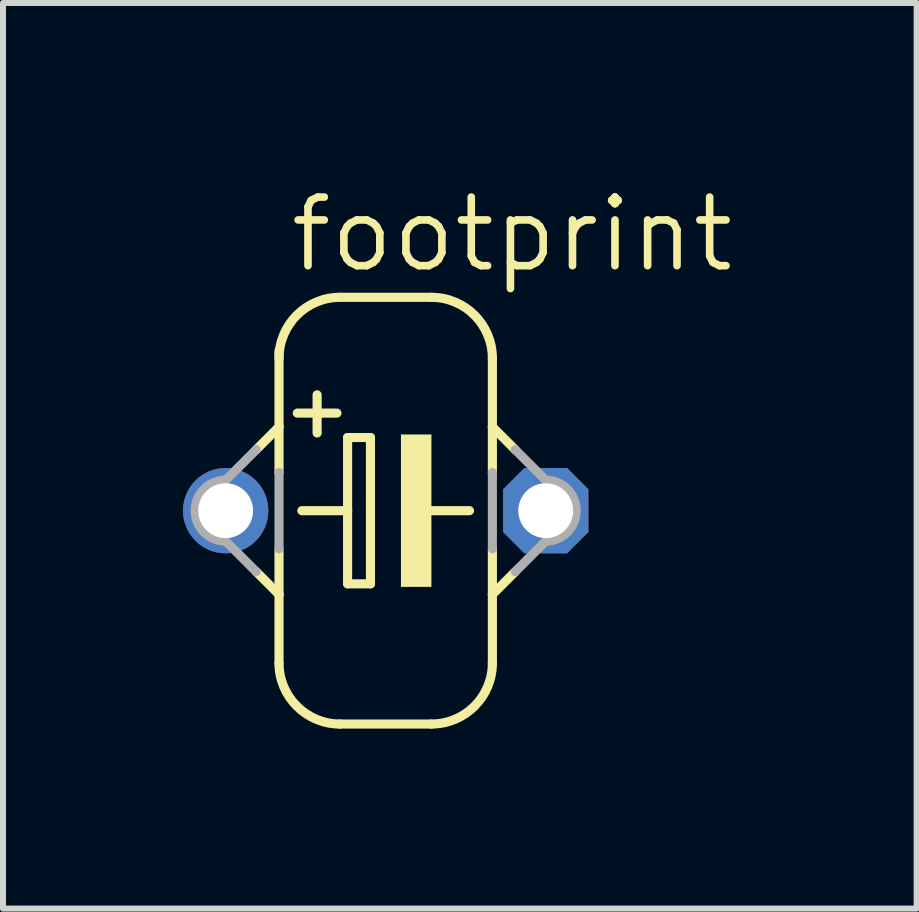
<source format=kicad_pcb>
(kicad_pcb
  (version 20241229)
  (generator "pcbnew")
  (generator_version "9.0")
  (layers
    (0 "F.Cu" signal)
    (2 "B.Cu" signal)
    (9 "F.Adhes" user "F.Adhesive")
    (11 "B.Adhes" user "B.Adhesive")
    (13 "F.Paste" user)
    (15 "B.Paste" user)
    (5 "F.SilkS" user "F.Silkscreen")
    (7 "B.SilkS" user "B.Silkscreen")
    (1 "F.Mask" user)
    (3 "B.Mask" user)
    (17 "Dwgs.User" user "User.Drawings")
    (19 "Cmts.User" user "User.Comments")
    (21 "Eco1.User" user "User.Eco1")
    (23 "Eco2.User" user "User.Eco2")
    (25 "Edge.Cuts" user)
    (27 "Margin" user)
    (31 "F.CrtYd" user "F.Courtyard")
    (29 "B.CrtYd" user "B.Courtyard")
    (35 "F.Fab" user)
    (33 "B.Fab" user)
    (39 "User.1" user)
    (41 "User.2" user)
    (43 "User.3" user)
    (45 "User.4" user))
  (footprint "footprint"
    (layer "F.Cu")
    (at 3.378 5.461)
    (property "Reference" "footprint" (at -1.651 -3.937 0) (layer "F.SilkS") (effects (font (size 1.143 1.143) (thickness 0.127)) (justify left bottom)))
    (fp_line (start -2.159 -1.016) (end -1.778 -1.397) (stroke (width 0.152) (type solid)) (layer "F.SilkS"))
    (fp_line (start -1.778 -2.667) (end -1.778 -1.397) (stroke (width 0.152) (type solid)) (layer "F.SilkS"))
    (fp_line (start -1.778 -1.397) (end -1.778 -0.635) (stroke (width 0.152) (type solid)) (layer "F.SilkS"))
    (fp_line (start -1.778 0.635) (end -1.778 1.397) (stroke (width 0.152) (type solid)) (layer "F.SilkS"))
    (fp_line (start -1.778 1.397) (end -2.159 1.016) (stroke (width 0.152) (type solid)) (layer "F.SilkS"))
    (fp_line (start -1.778 1.397) (end -1.778 2.54) (stroke (width 0.152) (type solid)) (layer "F.SilkS"))
    (fp_line (start -1.397 0) (end -0.635 0) (stroke (width 0.152) (type solid)) (layer "F.SilkS"))
    (fp_line (start -1.143 -1.93) (end -1.143 -1.295) (stroke (width 0.152) (type solid)) (layer "F.SilkS"))
    (fp_line (start -0.813 -1.626) (end -1.473 -1.626) (stroke (width 0.152) (type solid)) (layer "F.SilkS"))
    (fp_line (start -0.762 3.556) (end 0.762 3.556) (stroke (width 0.152) (type solid)) (layer "F.SilkS"))
    (fp_line (start -0.635 -1.219) (end -0.635 0) (stroke (width 0.152) (type solid)) (layer "F.SilkS"))
    (fp_line (start -0.635 0) (end -0.635 1.219) (stroke (width 0.152) (type solid)) (layer "F.SilkS"))
    (fp_line (start -0.635 1.219) (end -0.254 1.219) (stroke (width 0.152) (type solid)) (layer "F.SilkS"))
    (fp_line (start -0.254 -1.219) (end -0.635 -1.219) (stroke (width 0.152) (type solid)) (layer "F.SilkS"))
    (fp_line (start -0.254 1.219) (end -0.254 -1.219) (stroke (width 0.152) (type solid)) (layer "F.SilkS"))
    (fp_line (start 0.635 0) (end 1.397 0) (stroke (width 0.152) (type solid)) (layer "F.SilkS"))
    (fp_line (start 0.762 -3.556) (end -0.762 -3.556) (stroke (width 0.152) (type solid)) (layer "F.SilkS"))
    (fp_line (start 1.778 -2.54) (end 1.778 -1.397) (stroke (width 0.152) (type solid)) (layer "F.SilkS"))
    (fp_line (start 1.778 -1.397) (end 1.778 -0.635) (stroke (width 0.152) (type solid)) (layer "F.SilkS"))
    (fp_line (start 1.778 0.635) (end 1.778 1.397) (stroke (width 0.152) (type solid)) (layer "F.SilkS"))
    (fp_line (start 1.778 1.397) (end 1.778 2.54) (stroke (width 0.152) (type solid)) (layer "F.SilkS"))
    (fp_line (start 1.778 1.397) (end 2.159 1.016) (stroke (width 0.152) (type solid)) (layer "F.SilkS"))
    (fp_line (start 2.159 -1.016) (end 1.778 -1.397) (stroke (width 0.152) (type solid)) (layer "F.SilkS"))
    (fp_arc (start -1.778 -2.54) (mid -1.48042 -3.258421) (end -0.761999 -3.556001) (stroke (width 0.1524) (type solid)) (layer "F.SilkS"))
    (fp_arc (start -0.761999 3.556001) (mid -1.48042 3.258421) (end -1.778 2.54) (stroke (width 0.1524) (type solid)) (layer "F.SilkS"))
    (fp_arc (start 0.762 -3.556) (mid 1.48042 -3.25842) (end 1.777999 -2.539999) (stroke (width 0.1524) (type solid)) (layer "F.SilkS"))
    (fp_arc (start 1.777999 2.539999) (mid 1.48042 3.25842) (end 0.762 3.556) (stroke (width 0.1524) (type solid)) (layer "F.SilkS"))
    (fp_poly (pts (xy 0.254 1.27) (xy 0.762 1.27) (xy 0.762 -1.27) (xy 0.254 -1.27)) (stroke (width 0) (type solid)) (fill yes) (layer "F.SilkS"))
    (fp_line (start -2.667 -0.508) (end -2.159 -1.016) (stroke (width 0.152) (type solid)) (layer "F.Fab"))
    (fp_line (start -2.159 1.016) (end -2.667 0.508) (stroke (width 0.152) (type solid)) (layer "F.Fab"))
    (fp_line (start -1.778 -0.635) (end -1.778 0.635) (stroke (width 0.152) (type solid)) (layer "F.Fab"))
    (fp_line (start 1.778 -0.635) (end 1.778 0.635) (stroke (width 0.152) (type solid)) (layer "F.Fab"))
    (fp_line (start 2.159 1.016) (end 2.667 0.508) (stroke (width 0.152) (type solid)) (layer "F.Fab"))
    (fp_line (start 2.667 -0.508) (end 2.159 -1.016) (stroke (width 0.152) (type solid)) (layer "F.Fab"))
    (fp_arc (start -2.667 0.508) (mid -3.175 0) (end -2.667 -0.508) (stroke (width 0.1524) (type solid)) (layer "F.Fab"))
    (fp_arc (start 2.667 -0.508) (mid 3.175 0) (end 2.667 0.508) (stroke (width 0.1524) (type solid)) (layer "F.Fab"))
    (pad "+" thru_hole circle (at -2.667 0) (size 1.422 1.422) (drill 0.914) (layers "*.Cu" "*.Mask"))
    (pad "-" thru_hole roundrect (at 2.667 0) (size 1.422 1.422) (drill 0.914) (layers "*.Cu" "*.Mask") (roundrect_rratio 0.25) (chamfer_ratio 0.25) (chamfer top_left top_right bottom_left bottom_right)))
  (gr_rect
    (start -3 -3)
    (end 12.227 12.093)
    (stroke (width 0.1) (type default))
    (fill no)
    (layer "Edge.Cuts")))
</source>
